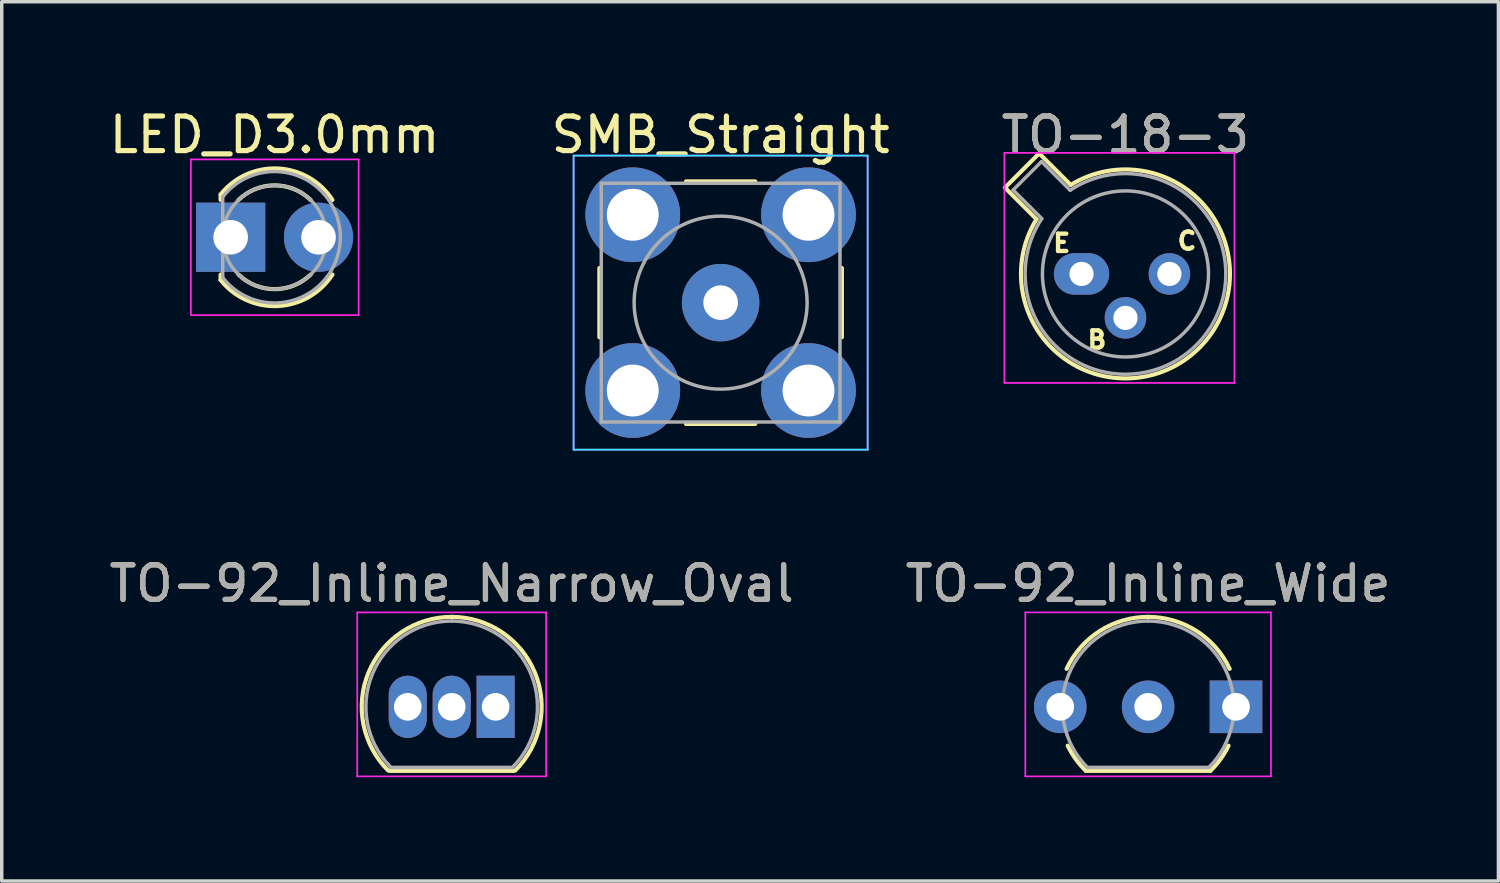
<source format=kicad_pcb>
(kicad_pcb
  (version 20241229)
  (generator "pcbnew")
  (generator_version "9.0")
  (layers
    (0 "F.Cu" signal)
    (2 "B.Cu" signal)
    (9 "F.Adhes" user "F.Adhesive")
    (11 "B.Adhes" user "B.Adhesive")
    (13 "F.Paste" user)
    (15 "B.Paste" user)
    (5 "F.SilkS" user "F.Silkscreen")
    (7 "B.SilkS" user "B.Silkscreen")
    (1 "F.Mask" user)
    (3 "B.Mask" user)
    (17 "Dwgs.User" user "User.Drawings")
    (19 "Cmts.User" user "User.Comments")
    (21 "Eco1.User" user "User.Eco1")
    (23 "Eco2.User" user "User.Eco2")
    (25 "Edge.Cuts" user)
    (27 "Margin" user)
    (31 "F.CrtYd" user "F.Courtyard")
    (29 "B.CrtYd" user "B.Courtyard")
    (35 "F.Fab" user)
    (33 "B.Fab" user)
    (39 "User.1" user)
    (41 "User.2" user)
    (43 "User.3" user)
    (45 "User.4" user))
  (footprint "LED_D3.0mm"
    (layer "F.Cu")
    (at 3.617 3.808)
    (property "Reference" "LED_D3.0mm" (at 1.27 -2.96 0) (layer "F.SilkS") (effects (font (size 1 1) (thickness 0.15))))
    (attr through_hole)
    (fp_line (start -0.29 -1.236) (end -0.29 -1.08) (stroke (width 0.12) (type solid)) (layer "F.SilkS"))
    (fp_line (start -0.29 1.08) (end -0.29 1.236) (stroke (width 0.12) (type solid)) (layer "F.SilkS"))
    (fp_arc (start -0.29 -1.235516) (mid 1.366487 -1.987659) (end 2.942335 -1.078608) (stroke (width 0.12) (type solid)) (layer "F.SilkS"))
    (fp_arc (start 0.229039 -1.08) (mid 1.270117 -1.5) (end 2.31113 -1.079837) (stroke (width 0.12) (type solid)) (layer "F.SilkS"))
    (fp_arc (start 2.31113 1.079837) (mid 1.270117 1.5) (end 0.229039 1.08) (stroke (width 0.12) (type solid)) (layer "F.SilkS"))
    (fp_arc (start 2.942335 1.078608) (mid 1.366487 1.987659) (end -0.29 1.235516) (stroke (width 0.12) (type solid)) (layer "F.SilkS"))
    (fp_line (start -1.15 -2.25) (end -1.15 2.25) (stroke (width 0.05) (type solid)) (layer "F.CrtYd"))
    (fp_line (start -1.15 2.25) (end 3.7 2.25) (stroke (width 0.05) (type solid)) (layer "F.CrtYd"))
    (fp_line (start 3.7 -2.25) (end -1.15 -2.25) (stroke (width 0.05) (type solid)) (layer "F.CrtYd"))
    (fp_line (start 3.7 2.25) (end 3.7 -2.25) (stroke (width 0.05) (type solid)) (layer "F.CrtYd"))
    (fp_line (start -0.23 -1.166) (end -0.23 1.166) (stroke (width 0.1) (type solid)) (layer "F.Fab"))
    (fp_arc (start -0.23 -1.16619) (mid 3.17 0.000452) (end -0.230555 1.165476) (stroke (width 0.1) (type solid)) (layer "F.Fab"))
    (fp_circle (center 1.27 0) (end 2.77 0) (stroke (width 0.1) (type solid)) (fill no) (layer "F.Fab"))
    (pad "1" thru_hole rect (at 0 0) (size 2 2) (drill 1) (layers "*.Cu" "*.Mask"))
    (pad "2" thru_hole circle (at 2.54 0) (size 2 2) (drill 1) (layers "*.Cu" "*.Mask")))
  (footprint "SMB_Straight"
    (layer "F.Cu")
    (at 17.78 5.698)
    (property "Reference" "SMB_Straight" (at 0 -4.85 0) (layer "F.SilkS") (effects (font (size 1 1) (thickness 0.15))))
    (attr through_hole)
    (fp_line (start -3.505 1) (end -3.505 -1) (stroke (width 0.12) (type solid)) (layer "F.SilkS"))
    (fp_line (start -1 -3.505) (end 1 -3.505) (stroke (width 0.12) (type solid)) (layer "F.SilkS"))
    (fp_line (start 1 3.505) (end -1 3.505) (stroke (width 0.12) (type solid)) (layer "F.SilkS"))
    (fp_line (start 3.505 -1) (end 3.505 1) (stroke (width 0.12) (type solid)) (layer "F.SilkS"))
    (fp_line (start -4.25 -4.25) (end 4.25 -4.25) (stroke (width 0.05) (type solid)) (layer "B.CrtYd"))
    (fp_line (start -4.25 4.25) (end -4.25 -4.25) (stroke (width 0.05) (type solid)) (layer "B.CrtYd"))
    (fp_line (start 4.25 -4.25) (end 4.25 4.25) (stroke (width 0.05) (type solid)) (layer "B.CrtYd"))
    (fp_line (start 4.25 4.25) (end -4.25 4.25) (stroke (width 0.05) (type solid)) (layer "B.CrtYd"))
    (fp_line (start -4.25 -4.25) (end 4.25 -4.25) (stroke (width 0.05) (type solid)) (layer "F.CrtYd"))
    (fp_line (start -4.25 4.25) (end -4.25 -4.25) (stroke (width 0.05) (type solid)) (layer "F.CrtYd"))
    (fp_line (start 4.25 -4.25) (end 4.25 4.25) (stroke (width 0.05) (type solid)) (layer "F.CrtYd"))
    (fp_line (start 4.25 4.25) (end -4.25 4.25) (stroke (width 0.05) (type solid)) (layer "F.CrtYd"))
    (fp_line (start -3.45 -3.45) (end -3.45 3.45) (stroke (width 0.1) (type solid)) (layer "F.Fab"))
    (fp_line (start -3.45 3.45) (end 3.45 3.45) (stroke (width 0.1) (type solid)) (layer "F.Fab"))
    (fp_line (start 3.45 -3.45) (end -3.45 -3.45) (stroke (width 0.1) (type solid)) (layer "F.Fab"))
    (fp_line (start 3.45 3.45) (end 3.45 -3.45) (stroke (width 0.1) (type solid)) (layer "F.Fab"))
    (fp_circle (center 0 0) (end 2.5 0) (stroke (width 0.1) (type solid)) (fill no) (layer "F.Fab"))
    (pad "1" thru_hole circle (at 0 0) (size 2.24 2.24) (drill 1) (layers "*.Cu" "*.Mask"))
    (pad "2" thru_hole circle (at -2.54 -2.54) (size 2.74 2.74) (drill 1.5) (layers "*.Cu" "*.Mask"))
    (pad "2" thru_hole circle (at -2.54 2.54) (size 2.74 2.74) (drill 1.5) (layers "*.Cu" "*.Mask"))
    (pad "2" thru_hole circle (at 2.54 -2.54) (size 2.74 2.74) (drill 1.5) (layers "*.Cu" "*.Mask"))
    (pad "2" thru_hole circle (at 2.54 2.54) (size 2.74 2.74) (drill 1.5) (layers "*.Cu" "*.Mask")))
  (footprint "TO-92_Inline_Narrow_Oval"
    (layer "F.Cu")
    (at 8.736 17.381)
    (property "Reference" "TO-92_Inline_Narrow_Oval" (at 1.27 -3.56 0) (layer "F.SilkS") (effects (font (size 1 1) (thickness 0.15))))
    (attr through_hole)
    (fp_line (start -0.53 1.85) (end 3.07 1.85) (stroke (width 0.12) (type solid)) (layer "F.SilkS"))
    (fp_arc (start -0.568478 1.838478) (mid -1.132087 -0.994977) (end 1.27 -2.6) (stroke (width 0.12) (type solid)) (layer "F.SilkS"))
    (fp_arc (start 1.27 -2.6) (mid 3.672087 -0.994977) (end 3.108478 1.838478) (stroke (width 0.12) (type solid)) (layer "F.SilkS"))
    (fp_line (start -1.46 -2.73) (end -1.46 2.01) (stroke (width 0.05) (type solid)) (layer "F.CrtYd"))
    (fp_line (start -1.46 -2.73) (end 4 -2.73) (stroke (width 0.05) (type solid)) (layer "F.CrtYd"))
    (fp_line (start 4 2.01) (end -1.46 2.01) (stroke (width 0.05) (type solid)) (layer "F.CrtYd"))
    (fp_line (start 4 2.01) (end 4 -2.73) (stroke (width 0.05) (type solid)) (layer "F.CrtYd"))
    (fp_line (start -0.5 1.75) (end 3 1.75) (stroke (width 0.1) (type solid)) (layer "F.Fab"))
    (fp_arc (start -0.483625 1.753625) (mid -1.021221 -0.949055) (end 1.27 -2.48) (stroke (width 0.1) (type solid)) (layer "F.Fab"))
    (fp_arc (start 1.27 -2.48) (mid 3.561221 -0.949055) (end 3.023625 1.753625) (stroke (width 0.1) (type solid)) (layer "F.Fab"))
    (fp_text user "${REFERENCE}" (at 1.27 -3.56 0) (layer "F.Fab") (effects (font (size 1 1) (thickness 0.15))))
    (pad "1" thru_hole rect (at 2.54 0 180) (size 1.1 1.8) (drill 0.8) (layers "*.Cu" "*.Mask"))
    (pad "2" thru_hole oval (at 1.27 0 180) (size 1.1 1.8) (drill 0.8) (layers "*.Cu" "*.Mask"))
    (pad "3" thru_hole oval (at 0 0 180) (size 1.1 1.8) (drill 0.8) (layers "*.Cu" "*.Mask")))
  (footprint "TO-92_Inline_Wide"
    (layer "F.Cu")
    (at 27.597 17.381)
    (property "Reference" "TO-92_Inline_Wide" (at 2.54 -3.56 180) (layer "F.SilkS") (effects (font (size 1 1) (thickness 0.15))))
    (attr through_hole)
    (fp_line (start 0.74 1.85) (end 4.34 1.85) (stroke (width 0.12) (type solid)) (layer "F.SilkS"))
    (fp_arc (start 0.1836 -1.098807) (mid 1.143021 -2.192817) (end 2.54 -2.6) (stroke (width 0.12) (type solid)) (layer "F.SilkS"))
    (fp_arc (start 0.74 1.85) (mid 0.446097 1.509328) (end 0.215816 1.122795) (stroke (width 0.12) (type solid)) (layer "F.SilkS"))
    (fp_arc (start 2.54 -2.6) (mid 3.936979 -2.192818) (end 4.8964 -1.098807) (stroke (width 0.12) (type solid)) (layer "F.SilkS"))
    (fp_arc (start 4.864184 1.122795) (mid 4.633903 1.509328) (end 4.34 1.85) (stroke (width 0.12) (type solid)) (layer "F.SilkS"))
    (fp_line (start -1.01 -2.73) (end -1.01 2.01) (stroke (width 0.05) (type solid)) (layer "F.CrtYd"))
    (fp_line (start -1.01 -2.73) (end 6.09 -2.73) (stroke (width 0.05) (type solid)) (layer "F.CrtYd"))
    (fp_line (start 6.09 2.01) (end -1.01 2.01) (stroke (width 0.05) (type solid)) (layer "F.CrtYd"))
    (fp_line (start 6.09 2.01) (end 6.09 -2.73) (stroke (width 0.05) (type solid)) (layer "F.CrtYd"))
    (fp_line (start 0.8 1.75) (end 4.3 1.75) (stroke (width 0.1) (type solid)) (layer "F.Fab"))
    (fp_arc (start 0.786375 1.753625) (mid 0.248779 -0.949055) (end 2.54 -2.48) (stroke (width 0.1) (type solid)) (layer "F.Fab"))
    (fp_arc (start 2.54 -2.48) (mid 4.831221 -0.949055) (end 4.293625 1.753625) (stroke (width 0.1) (type solid)) (layer "F.Fab"))
    (fp_text user "${REFERENCE}" (at 2.54 -3.56 180) (layer "F.Fab") (effects (font (size 1 1) (thickness 0.15))))
    (pad "1" thru_hole rect (at 5.08 0 90) (size 1.52 1.52) (drill 0.8) (layers "*.Cu" "*.Mask"))
    (pad "2" thru_hole circle (at 2.54 0 90) (size 1.52 1.52) (drill 0.8) (layers "*.Cu" "*.Mask"))
    (pad "3" thru_hole circle (at 0 0 90) (size 1.52 1.52) (drill 0.8) (layers "*.Cu" "*.Mask")))
  (footprint "TO-18-3"
    (layer "F.Cu")
    (at 28.212 4.868)
    (property "Reference" "TO-18-3" (at 1.27 -4.02 0) (layer "F.SilkS") (effects (font (size 1 1) (thickness 0.15))))
    (attr through_hole)
    (fp_line (start -2.214 -2.494) (end -1.302 -1.582) (stroke (width 0.12) (type solid)) (layer "F.SilkS"))
    (fp_line (start -1.224 -3.484) (end -2.214 -2.494) (stroke (width 0.12) (type solid)) (layer "F.SilkS"))
    (fp_line (start -0.312 -2.572) (end -1.224 -3.484) (stroke (width 0.12) (type solid)) (layer "F.SilkS"))
    (fp_arc (start -0.312331 -2.572281) (mid 3.405374 2.135551) (end -1.30215 -1.582544) (stroke (width 0.12) (type solid)) (layer "F.SilkS"))
    (fp_line (start -2.23 -3.5) (end -2.23 3.15) (stroke (width 0.05) (type solid)) (layer "F.CrtYd"))
    (fp_line (start -2.23 3.15) (end 4.42 3.15) (stroke (width 0.05) (type solid)) (layer "F.CrtYd"))
    (fp_line (start 4.42 -3.5) (end -2.23 -3.5) (stroke (width 0.05) (type solid)) (layer "F.CrtYd"))
    (fp_line (start 4.42 3.15) (end 4.42 -3.5) (stroke (width 0.05) (type solid)) (layer "F.CrtYd"))
    (fp_line (start -1.977 -2.426) (end -1.149 -1.599) (stroke (width 0.1) (type solid)) (layer "F.Fab"))
    (fp_line (start -1.156 -3.247) (end -1.977 -2.426) (stroke (width 0.1) (type solid)) (layer "F.Fab"))
    (fp_line (start -0.329 -2.419) (end -1.156 -3.247) (stroke (width 0.1) (type solid)) (layer "F.Fab"))
    (fp_arc (start -0.329057 -2.419301) (mid 3.321076 2.050143) (end -1.150029 -1.597956) (stroke (width 0.1) (type solid)) (layer "F.Fab"))
    (fp_circle (center 1.27 0) (end 3.67 0) (stroke (width 0.1) (type solid)) (fill no) (layer "F.Fab"))
    (fp_text user "E" (at -0.572 -0.889 0) (layer "F.SilkS") (effects (font (size 0.5 0.5) (thickness 0.125))))
    (fp_text user "B" (at 0.445 1.905 0) (layer "F.SilkS") (effects (font (size 0.5 0.5) (thickness 0.125))))
    (fp_text user "C" (at 3.048 -0.953 0) (layer "F.SilkS") (effects (font (size 0.5 0.5) (thickness 0.125))))
    (fp_text user "${REFERENCE}" (at 1.27 -4.02 0) (layer "F.Fab") (effects (font (size 1 1) (thickness 0.15))))
    (pad "1" thru_hole oval (at 1.27 1.27) (size 1.2 1.2) (drill 0.7) (layers "*.Cu" "*.Mask"))
    (pad "2" thru_hole oval (at 2.54 0) (size 1.2 1.2) (drill 0.7) (layers "*.Cu" "*.Mask"))
    (pad "3" thru_hole oval (at 0 0) (size 1.6 1.2) (drill 0.7) (layers "*.Cu" "*.Mask")))
  (gr_rect
    (start -3 -3)
    (end 40.262 22.416)
    (stroke (width 0.1) (type default))
    (fill no)
    (layer "Edge.Cuts")))
</source>
